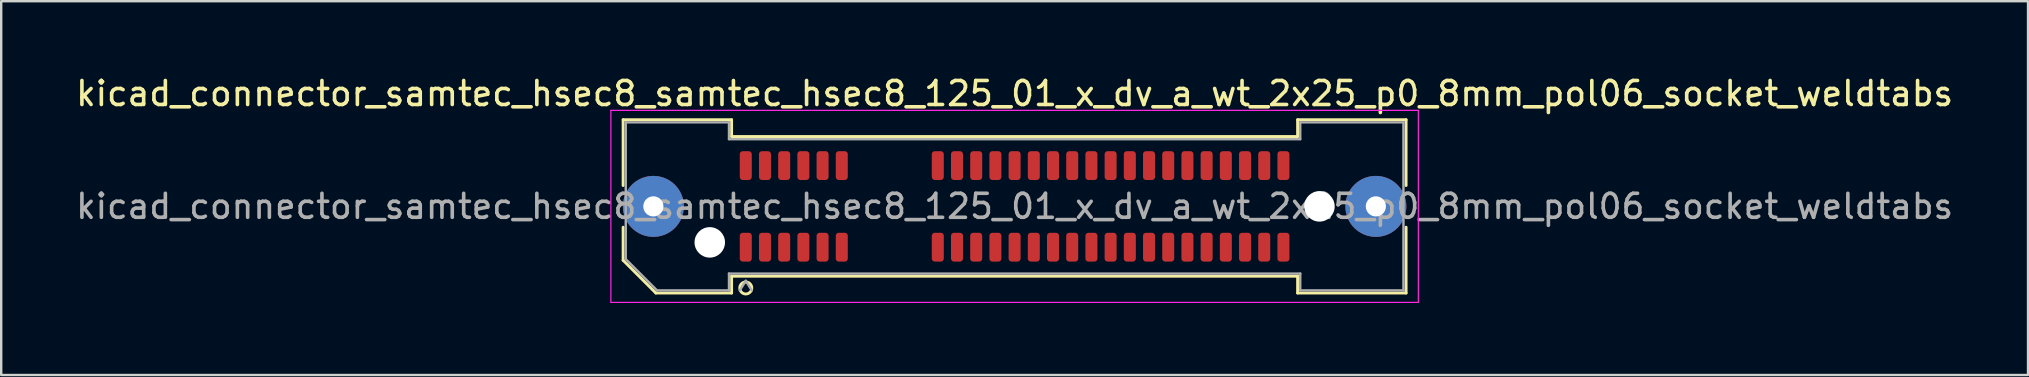
<source format=kicad_pcb>
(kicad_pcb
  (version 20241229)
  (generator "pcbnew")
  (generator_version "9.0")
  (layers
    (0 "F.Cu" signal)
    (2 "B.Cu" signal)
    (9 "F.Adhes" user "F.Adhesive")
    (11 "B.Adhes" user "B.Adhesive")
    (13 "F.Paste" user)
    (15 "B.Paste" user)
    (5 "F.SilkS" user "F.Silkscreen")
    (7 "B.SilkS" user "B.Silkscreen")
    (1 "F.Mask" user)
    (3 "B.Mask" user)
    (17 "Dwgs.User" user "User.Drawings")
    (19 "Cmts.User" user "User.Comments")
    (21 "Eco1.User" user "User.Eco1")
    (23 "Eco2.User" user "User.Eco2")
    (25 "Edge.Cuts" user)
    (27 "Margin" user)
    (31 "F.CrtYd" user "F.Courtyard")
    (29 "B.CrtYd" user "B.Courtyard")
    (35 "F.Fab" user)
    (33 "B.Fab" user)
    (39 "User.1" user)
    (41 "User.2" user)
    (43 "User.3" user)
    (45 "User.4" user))
  (footprint "kicad_connector_samtec_hsec8_samtec_hsec8_125_01_x_dv_a_wt_2x25_p0_8mm_pol06_socket_weldtabs"
    (layer "F.Cu")
    (at 39.22 5.548)
    (property "Reference" "kicad_connector_samtec_hsec8_samtec_hsec8_125_01_x_dv_a_wt_2x25_p0_8mm_pol06_socket_weldtabs" (at 0 -4.7 0) (layer "F.SilkS") (effects (font (size 1 1) (thickness 0.15))))
    (attr smd)
    (fp_line (start -16.31 -3.61) (end -11.79 -3.61) (stroke (width 0.12) (type solid)) (layer "F.SilkS"))
    (fp_line (start -16.31 -0.868) (end -16.31 -3.61) (stroke (width 0.12) (type solid)) (layer "F.SilkS"))
    (fp_line (start -16.31 2.246) (end -16.31 0.868) (stroke (width 0.12) (type solid)) (layer "F.SilkS"))
    (fp_line (start -14.946 3.61) (end -16.31 2.246) (stroke (width 0.12) (type solid)) (layer "F.SilkS"))
    (fp_line (start -11.79 -3.61) (end -11.79 -2.91) (stroke (width 0.12) (type solid)) (layer "F.SilkS"))
    (fp_line (start -11.79 -2.91) (end 11.79 -2.91) (stroke (width 0.12) (type solid)) (layer "F.SilkS"))
    (fp_line (start -11.79 2.91) (end -11.79 3.61) (stroke (width 0.12) (type solid)) (layer "F.SilkS"))
    (fp_line (start -11.79 3.61) (end -14.946 3.61) (stroke (width 0.12) (type solid)) (layer "F.SilkS"))
    (fp_line (start 11.79 -3.61) (end 16.31 -3.61) (stroke (width 0.12) (type solid)) (layer "F.SilkS"))
    (fp_line (start 11.79 -2.91) (end 11.79 -3.61) (stroke (width 0.12) (type solid)) (layer "F.SilkS"))
    (fp_line (start 11.79 2.91) (end -11.79 2.91) (stroke (width 0.12) (type solid)) (layer "F.SilkS"))
    (fp_line (start 11.79 3.61) (end 11.79 2.91) (stroke (width 0.12) (type solid)) (layer "F.SilkS"))
    (fp_line (start 16.31 -3.61) (end 16.31 -0.868) (stroke (width 0.12) (type solid)) (layer "F.SilkS"))
    (fp_line (start 16.31 0.868) (end 16.31 3.61) (stroke (width 0.12) (type solid)) (layer "F.SilkS"))
    (fp_line (start 16.31 3.61) (end 11.79 3.61) (stroke (width 0.12) (type solid)) (layer "F.SilkS"))
    (fp_arc (start -10.95 3.4) (mid -11.45 3.4) (end -10.95 3.4) (stroke (width 0.12) (type solid)) (layer "F.SilkS"))
    (fp_line (start -16.82 -4) (end -16.82 4) (stroke (width 0.05) (type solid)) (layer "F.CrtYd"))
    (fp_line (start -16.82 4) (end 16.82 4) (stroke (width 0.05) (type solid)) (layer "F.CrtYd"))
    (fp_line (start 16.82 -4) (end -16.82 -4) (stroke (width 0.05) (type solid)) (layer "F.CrtYd"))
    (fp_line (start 16.82 4) (end 16.82 -4) (stroke (width 0.05) (type solid)) (layer "F.CrtYd"))
    (fp_line (start -16.2 -3.5) (end -11.9 -3.5) (stroke (width 0.1) (type solid)) (layer "F.Fab"))
    (fp_line (start -16.2 2.2) (end -16.2 -3.5) (stroke (width 0.1) (type solid)) (layer "F.Fab"))
    (fp_line (start -14.9 3.5) (end -16.2 2.2) (stroke (width 0.1) (type solid)) (layer "F.Fab"))
    (fp_line (start -11.9 -3.5) (end -11.9 -2.8) (stroke (width 0.1) (type solid)) (layer "F.Fab"))
    (fp_line (start -11.9 -2.8) (end 11.9 -2.8) (stroke (width 0.1) (type solid)) (layer "F.Fab"))
    (fp_line (start -11.9 2.8) (end -11.9 3.5) (stroke (width 0.1) (type solid)) (layer "F.Fab"))
    (fp_line (start -11.9 3.5) (end -14.9 3.5) (stroke (width 0.1) (type solid)) (layer "F.Fab"))
    (fp_line (start -11.2 3.1) (end -11.45 3.5) (stroke (width 0.1) (type solid)) (layer "F.Fab"))
    (fp_line (start -11.2 3.1) (end -10.95 3.5) (stroke (width 0.1) (type solid)) (layer "F.Fab"))
    (fp_line (start 11.9 -3.5) (end 16.2 -3.5) (stroke (width 0.1) (type solid)) (layer "F.Fab"))
    (fp_line (start 11.9 -2.8) (end 11.9 -3.5) (stroke (width 0.1) (type solid)) (layer "F.Fab"))
    (fp_line (start 11.9 2.8) (end -11.9 2.8) (stroke (width 0.1) (type solid)) (layer "F.Fab"))
    (fp_line (start 11.9 3.5) (end 11.9 2.8) (stroke (width 0.1) (type solid)) (layer "F.Fab"))
    (fp_line (start 16.2 -3.5) (end 16.2 3.5) (stroke (width 0.1) (type solid)) (layer "F.Fab"))
    (fp_line (start 16.2 3.5) (end 11.9 3.5) (stroke (width 0.1) (type solid)) (layer "F.Fab"))
    (fp_text user "${REFERENCE}" (at 0 0 0) (layer "F.Fab") (effects (font (size 1 1) (thickness 0.15))))
    (pad "" thru_hole circle (at -15.05 0) (size 2.54 2.54) (drill 0.84) (layers "*.Cu" "*.Mask" "F.Paste"))
    (pad "" np_thru_hole circle (at -12.7 1.5) (size 1.27 1.27) (drill 1.27) (layers "*.Cu" "*.Mask"))
    (pad "" np_thru_hole circle (at 12.7 0) (size 1.27 1.27) (drill 1.27) (layers "*.Cu" "*.Mask"))
    (pad "" thru_hole circle (at 15.05 0) (size 2.54 2.54) (drill 0.84) (layers "*.Cu" "*.Mask" "F.Paste"))
    (pad "1" smd roundrect (at -11.2 1.7) (size 0.5 1.2) (layers "F.Cu" "F.Mask" "F.Paste") (roundrect_rratio 0.25))
    (pad "2" smd roundrect (at -11.2 -1.7) (size 0.5 1.2) (layers "F.Cu" "F.Mask" "F.Paste") (roundrect_rratio 0.25))
    (pad "3" smd roundrect (at -10.4 1.7) (size 0.5 1.2) (layers "F.Cu" "F.Mask" "F.Paste") (roundrect_rratio 0.25))
    (pad "4" smd roundrect (at -10.4 -1.7) (size 0.5 1.2) (layers "F.Cu" "F.Mask" "F.Paste") (roundrect_rratio 0.25))
    (pad "5" smd roundrect (at -9.6 1.7) (size 0.5 1.2) (layers "F.Cu" "F.Mask" "F.Paste") (roundrect_rratio 0.25))
    (pad "6" smd roundrect (at -9.6 -1.7) (size 0.5 1.2) (layers "F.Cu" "F.Mask" "F.Paste") (roundrect_rratio 0.25))
    (pad "7" smd roundrect (at -8.8 1.7) (size 0.5 1.2) (layers "F.Cu" "F.Mask" "F.Paste") (roundrect_rratio 0.25))
    (pad "8" smd roundrect (at -8.8 -1.7) (size 0.5 1.2) (layers "F.Cu" "F.Mask" "F.Paste") (roundrect_rratio 0.25))
    (pad "9" smd roundrect (at -8 1.7) (size 0.5 1.2) (layers "F.Cu" "F.Mask" "F.Paste") (roundrect_rratio 0.25))
    (pad "10" smd roundrect (at -8 -1.7) (size 0.5 1.2) (layers "F.Cu" "F.Mask" "F.Paste") (roundrect_rratio 0.25))
    (pad "11" smd roundrect (at -7.2 1.7) (size 0.5 1.2) (layers "F.Cu" "F.Mask" "F.Paste") (roundrect_rratio 0.25))
    (pad "12" smd roundrect (at -7.2 -1.7) (size 0.5 1.2) (layers "F.Cu" "F.Mask" "F.Paste") (roundrect_rratio 0.25))
    (pad "13" smd roundrect (at -3.2 1.7) (size 0.5 1.2) (layers "F.Cu" "F.Mask" "F.Paste") (roundrect_rratio 0.25))
    (pad "14" smd roundrect (at -3.2 -1.7) (size 0.5 1.2) (layers "F.Cu" "F.Mask" "F.Paste") (roundrect_rratio 0.25))
    (pad "15" smd roundrect (at -2.4 1.7) (size 0.5 1.2) (layers "F.Cu" "F.Mask" "F.Paste") (roundrect_rratio 0.25))
    (pad "16" smd roundrect (at -2.4 -1.7) (size 0.5 1.2) (layers "F.Cu" "F.Mask" "F.Paste") (roundrect_rratio 0.25))
    (pad "17" smd roundrect (at -1.6 1.7) (size 0.5 1.2) (layers "F.Cu" "F.Mask" "F.Paste") (roundrect_rratio 0.25))
    (pad "18" smd roundrect (at -1.6 -1.7) (size 0.5 1.2) (layers "F.Cu" "F.Mask" "F.Paste") (roundrect_rratio 0.25))
    (pad "19" smd roundrect (at -0.8 1.7) (size 0.5 1.2) (layers "F.Cu" "F.Mask" "F.Paste") (roundrect_rratio 0.25))
    (pad "20" smd roundrect (at -0.8 -1.7) (size 0.5 1.2) (layers "F.Cu" "F.Mask" "F.Paste") (roundrect_rratio 0.25))
    (pad "21" smd roundrect (at 0 1.7) (size 0.5 1.2) (layers "F.Cu" "F.Mask" "F.Paste") (roundrect_rratio 0.25))
    (pad "22" smd roundrect (at 0 -1.7) (size 0.5 1.2) (layers "F.Cu" "F.Mask" "F.Paste") (roundrect_rratio 0.25))
    (pad "23" smd roundrect (at 0.8 1.7) (size 0.5 1.2) (layers "F.Cu" "F.Mask" "F.Paste") (roundrect_rratio 0.25))
    (pad "24" smd roundrect (at 0.8 -1.7) (size 0.5 1.2) (layers "F.Cu" "F.Mask" "F.Paste") (roundrect_rratio 0.25))
    (pad "25" smd roundrect (at 1.6 1.7) (size 0.5 1.2) (layers "F.Cu" "F.Mask" "F.Paste") (roundrect_rratio 0.25))
    (pad "26" smd roundrect (at 1.6 -1.7) (size 0.5 1.2) (layers "F.Cu" "F.Mask" "F.Paste") (roundrect_rratio 0.25))
    (pad "27" smd roundrect (at 2.4 1.7) (size 0.5 1.2) (layers "F.Cu" "F.Mask" "F.Paste") (roundrect_rratio 0.25))
    (pad "28" smd roundrect (at 2.4 -1.7) (size 0.5 1.2) (layers "F.Cu" "F.Mask" "F.Paste") (roundrect_rratio 0.25))
    (pad "29" smd roundrect (at 3.2 1.7) (size 0.5 1.2) (layers "F.Cu" "F.Mask" "F.Paste") (roundrect_rratio 0.25))
    (pad "30" smd roundrect (at 3.2 -1.7) (size 0.5 1.2) (layers "F.Cu" "F.Mask" "F.Paste") (roundrect_rratio 0.25))
    (pad "31" smd roundrect (at 4 1.7) (size 0.5 1.2) (layers "F.Cu" "F.Mask" "F.Paste") (roundrect_rratio 0.25))
    (pad "32" smd roundrect (at 4 -1.7) (size 0.5 1.2) (layers "F.Cu" "F.Mask" "F.Paste") (roundrect_rratio 0.25))
    (pad "33" smd roundrect (at 4.8 1.7) (size 0.5 1.2) (layers "F.Cu" "F.Mask" "F.Paste") (roundrect_rratio 0.25))
    (pad "34" smd roundrect (at 4.8 -1.7) (size 0.5 1.2) (layers "F.Cu" "F.Mask" "F.Paste") (roundrect_rratio 0.25))
    (pad "35" smd roundrect (at 5.6 1.7) (size 0.5 1.2) (layers "F.Cu" "F.Mask" "F.Paste") (roundrect_rratio 0.25))
    (pad "36" smd roundrect (at 5.6 -1.7) (size 0.5 1.2) (layers "F.Cu" "F.Mask" "F.Paste") (roundrect_rratio 0.25))
    (pad "37" smd roundrect (at 6.4 1.7) (size 0.5 1.2) (layers "F.Cu" "F.Mask" "F.Paste") (roundrect_rratio 0.25))
    (pad "38" smd roundrect (at 6.4 -1.7) (size 0.5 1.2) (layers "F.Cu" "F.Mask" "F.Paste") (roundrect_rratio 0.25))
    (pad "39" smd roundrect (at 7.2 1.7) (size 0.5 1.2) (layers "F.Cu" "F.Mask" "F.Paste") (roundrect_rratio 0.25))
    (pad "40" smd roundrect (at 7.2 -1.7) (size 0.5 1.2) (layers "F.Cu" "F.Mask" "F.Paste") (roundrect_rratio 0.25))
    (pad "41" smd roundrect (at 8 1.7) (size 0.5 1.2) (layers "F.Cu" "F.Mask" "F.Paste") (roundrect_rratio 0.25))
    (pad "42" smd roundrect (at 8 -1.7) (size 0.5 1.2) (layers "F.Cu" "F.Mask" "F.Paste") (roundrect_rratio 0.25))
    (pad "43" smd roundrect (at 8.8 1.7) (size 0.5 1.2) (layers "F.Cu" "F.Mask" "F.Paste") (roundrect_rratio 0.25))
    (pad "44" smd roundrect (at 8.8 -1.7) (size 0.5 1.2) (layers "F.Cu" "F.Mask" "F.Paste") (roundrect_rratio 0.25))
    (pad "45" smd roundrect (at 9.6 1.7) (size 0.5 1.2) (layers "F.Cu" "F.Mask" "F.Paste") (roundrect_rratio 0.25))
    (pad "46" smd roundrect (at 9.6 -1.7) (size 0.5 1.2) (layers "F.Cu" "F.Mask" "F.Paste") (roundrect_rratio 0.25))
    (pad "47" smd roundrect (at 10.4 1.7) (size 0.5 1.2) (layers "F.Cu" "F.Mask" "F.Paste") (roundrect_rratio 0.25))
    (pad "48" smd roundrect (at 10.4 -1.7) (size 0.5 1.2) (layers "F.Cu" "F.Mask" "F.Paste") (roundrect_rratio 0.25))
    (pad "49" smd roundrect (at 11.2 1.7) (size 0.5 1.2) (layers "F.Cu" "F.Mask" "F.Paste") (roundrect_rratio 0.25))
    (pad "50" smd roundrect (at 11.2 -1.7) (size 0.5 1.2) (layers "F.Cu" "F.Mask" "F.Paste") (roundrect_rratio 0.25)))
  (gr_rect
    (start -3 -3)
    (end 81.44 12.573)
    (stroke (width 0.1) (type default))
    (fill no)
    (layer "Edge.Cuts")))
</source>
